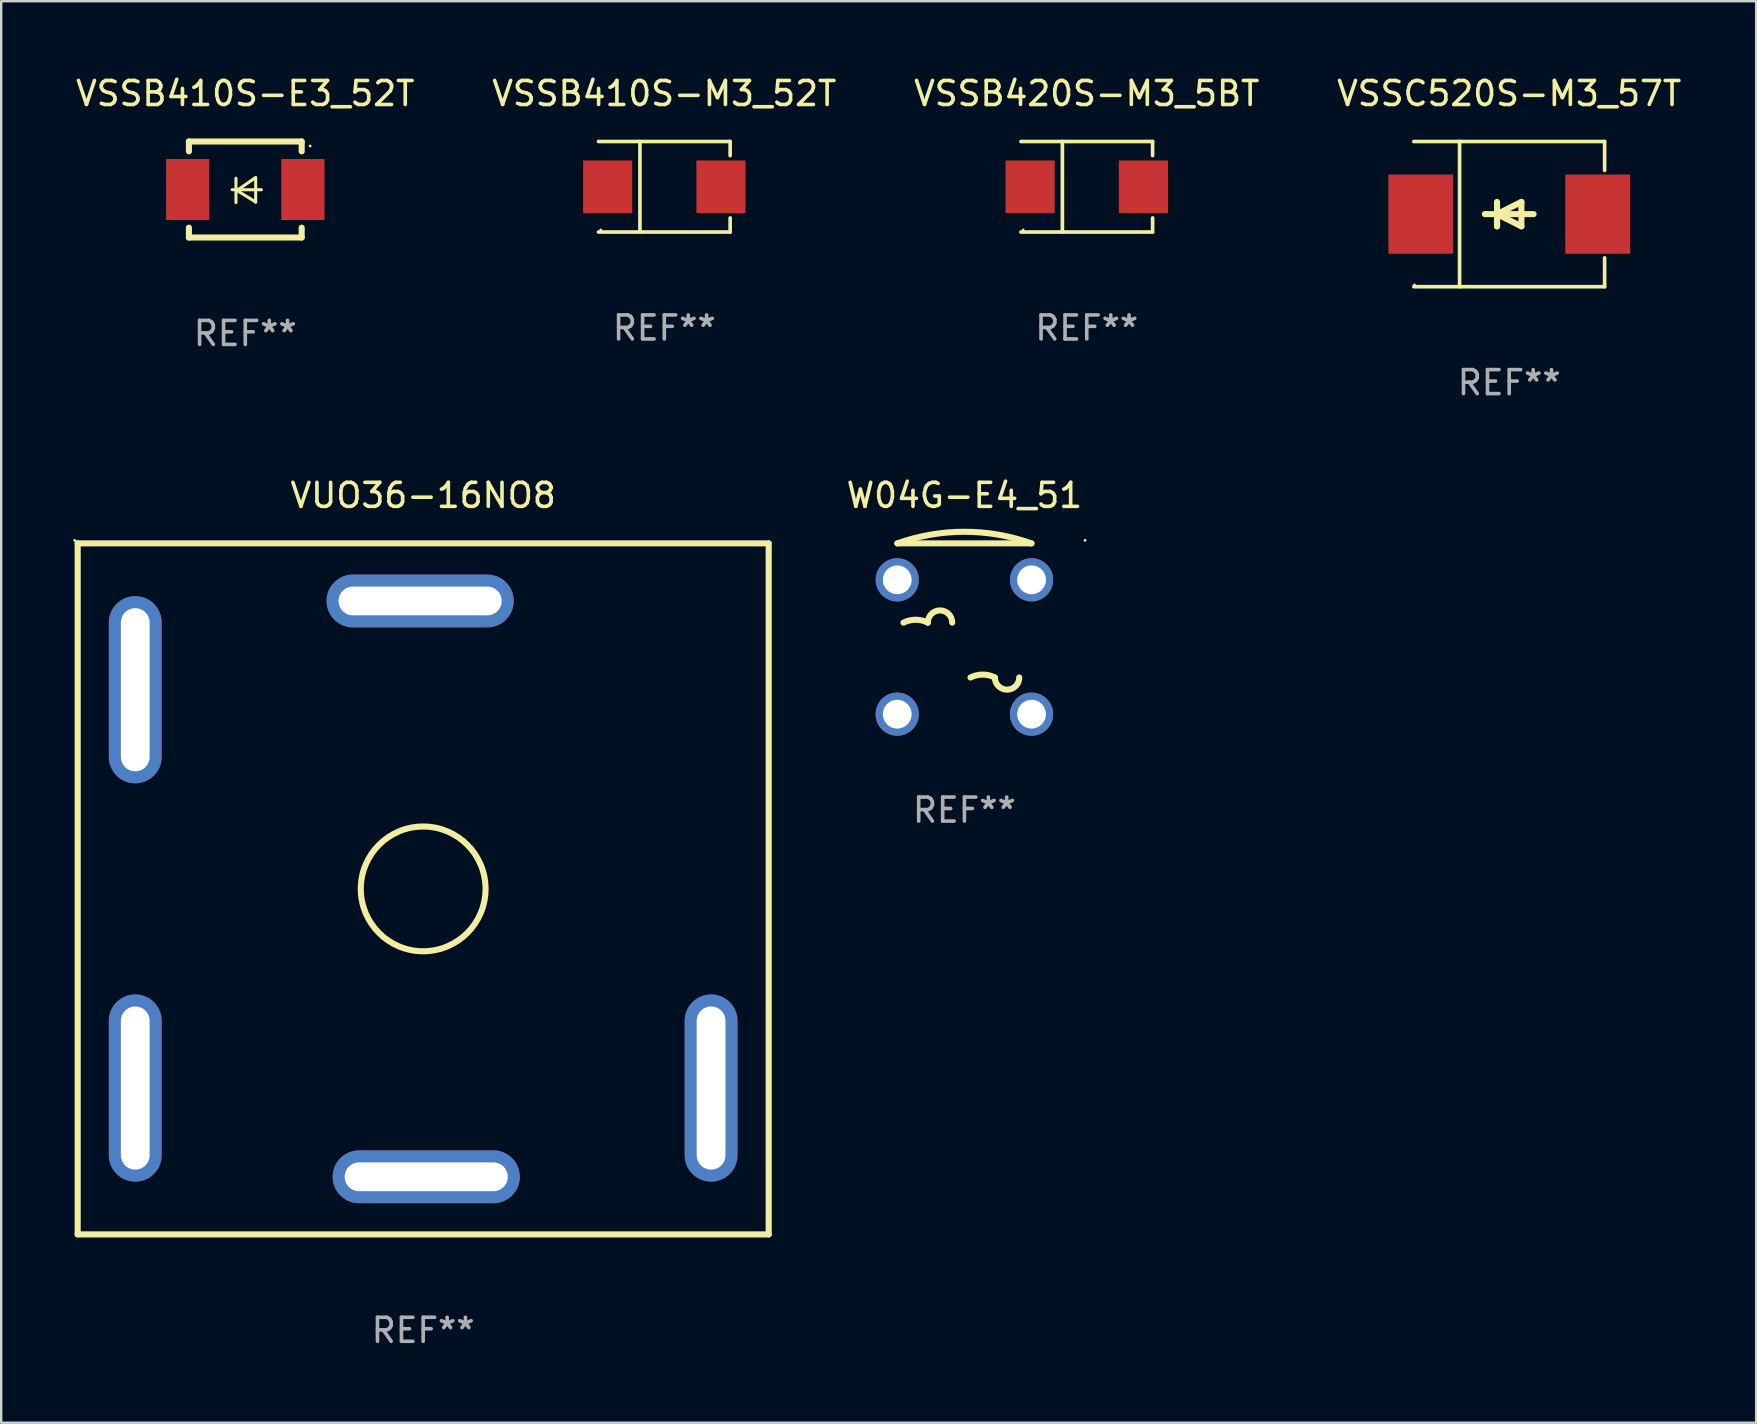
<source format=kicad_pcb>
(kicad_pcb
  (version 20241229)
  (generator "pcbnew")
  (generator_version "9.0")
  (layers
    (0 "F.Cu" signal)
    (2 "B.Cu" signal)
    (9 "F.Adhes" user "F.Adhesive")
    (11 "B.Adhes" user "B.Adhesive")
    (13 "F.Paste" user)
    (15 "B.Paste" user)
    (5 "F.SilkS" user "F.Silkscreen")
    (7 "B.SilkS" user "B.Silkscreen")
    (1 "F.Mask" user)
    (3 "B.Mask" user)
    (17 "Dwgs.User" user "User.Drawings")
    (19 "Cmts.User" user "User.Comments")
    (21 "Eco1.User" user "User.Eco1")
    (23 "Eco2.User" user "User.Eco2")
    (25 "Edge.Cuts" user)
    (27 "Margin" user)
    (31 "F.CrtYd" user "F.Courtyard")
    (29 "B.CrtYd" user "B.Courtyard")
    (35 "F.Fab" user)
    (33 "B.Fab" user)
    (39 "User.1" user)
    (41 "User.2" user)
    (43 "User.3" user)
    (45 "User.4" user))
  (footprint "VSSC520S-M3_57T"
    (layer "F.Cu")
    (at 59.851 5.874)
    (property "Reference" "VSSC520S-M3_57T" (at 0 -5.026 0) (layer "F.SilkS") (effects (font (size 1 1) (thickness 0.15))))
    (attr through_hole)
    (fp_line (start -3.976 -3.026) (end 3.976 -3.026) (stroke (width 0.152) (type solid)) (layer "F.SilkS"))
    (fp_line (start -3.976 3.026) (end 3.976 3.026) (stroke (width 0.152) (type solid)) (layer "F.SilkS"))
    (fp_line (start -2.069 -3.026) (end -2.069 3.026) (stroke (width 0.152) (type solid)) (layer "F.SilkS"))
    (fp_line (start -0.508 0) (end -0.508 0.508) (stroke (width 0.254) (type solid)) (layer "F.SilkS"))
    (fp_line (start -0.508 0) (end 0.508 0.508) (stroke (width 0.254) (type solid)) (layer "F.SilkS"))
    (fp_line (start -0.508 0.508) (end -0.508 -0.508) (stroke (width 0.254) (type solid)) (layer "F.SilkS"))
    (fp_line (start 0.508 -0.508) (end -0.508 0) (stroke (width 0.254) (type solid)) (layer "F.SilkS"))
    (fp_line (start 0.508 0.508) (end 0.508 -0.508) (stroke (width 0.254) (type solid)) (layer "F.SilkS"))
    (fp_line (start 1.016 0) (end -1.016 0) (stroke (width 0.254) (type solid)) (layer "F.SilkS"))
    (fp_line (start 3.976 -3.026) (end 3.976 -1.823) (stroke (width 0.152) (type solid)) (layer "F.SilkS"))
    (fp_line (start 3.976 3.026) (end 3.976 1.823) (stroke (width 0.152) (type solid)) (layer "F.SilkS"))
    (fp_circle (center -3.95 2.95) (end -3.92 2.95) (stroke (width 0.06) (type solid)) (fill no) (layer "F.SilkS"))
    (fp_text user "REF**" (at 0 7.026 0) (layer "F.Fab") (effects (font (size 1 1) (thickness 0.15))))
    (pad "1" smd rect (at -3.686 0) (size 2.7 3.3) (layers "F.Cu" "F.Mask" "F.Paste"))
    (pad "2" smd rect (at 3.686 0) (size 2.7 3.3) (layers "F.Cu" "F.Mask" "F.Paste")))
  (footprint "W04G-E4_51"
    (layer "F.Cu")
    (at 37.144 23.156)
    (property "Reference" "W04G-E4_51" (at 0 -5.559 0) (layer "F.SilkS") (effects (font (size 1 1) (thickness 0.15))))
    (attr through_hole)
    (fp_line (start -2.794 -3.559) (end 2.794 -3.559) (stroke (width 0.254) (type solid)) (layer "F.SilkS"))
    (fp_arc (start -2.794006 -3.558547) (mid 0 -4.042552) (end 2.794006 -3.558547) (stroke (width 0.254001) (type solid)) (layer "F.SilkS"))
    (fp_arc (start -2.540005 -0.256541) (mid -2.032004 -0.376464) (end -1.524002 -0.256541) (stroke (width 0.254001) (type solid)) (layer "F.SilkS"))
    (fp_arc (start -1.524003 -0.256541) (mid -1.016002 -0.764542) (end -0.508001 -0.256541) (stroke (width 0.254001) (type solid)) (layer "F.SilkS"))
    (fp_arc (start 0.254001 2.029464) (mid 0.762002 1.909541) (end 1.270003 2.029464) (stroke (width 0.254001) (type solid)) (layer "F.SilkS"))
    (fp_arc (start 2.286005 2.029464) (mid 1.778004 2.537465) (end 1.270003 2.029464) (stroke (width 0.254001) (type solid)) (layer "F.SilkS"))
    (fp_circle (center 5.029 -3.686) (end 5.059 -3.686) (stroke (width 0.06) (type solid)) (fill no) (layer "F.SilkS"))
    (fp_text user "-" (at -2.032 2.537 0) (layer "B.Mask") (effects (font (size 1 1) (thickness 0.15))))
    (fp_text user "+" (at 0.762 -0.442 0) (layer "B.Mask") (effects (font (size 1 1) (thickness 0.15))))
    (fp_text user "REF**" (at 0 7.559 0) (layer "F.Fab") (effects (font (size 1 1) (thickness 0.15))))
    (pad "1" thru_hole circle (at 2.799 -2.04) (size 1.8 1.8) (drill 1.2) (layers "*.Cu" "*.Mask"))
    (pad "2" thru_hole circle (at 2.799 3.559) (size 1.8 1.8) (drill 1.2) (layers "*.Cu" "*.Mask"))
    (pad "3" thru_hole circle (at -2.799 3.559) (size 1.8 1.8) (drill 1.2) (layers "*.Cu" "*.Mask"))
    (pad "4" thru_hole circle (at -2.799 -2.04) (size 1.8 1.8) (drill 1.2) (layers "*.Cu" "*.Mask")))
  (footprint "VSSB410S-E3_52T"
    (layer "F.Cu")
    (at 7.173 4.848)
    (property "Reference" "VSSB410S-E3_52T" (at 0 -4 0) (layer "F.SilkS") (effects (font (size 1 1) (thickness 0.15))))
    (attr through_hole)
    (fp_line (start -2.35 -2) (end -2.35 -1.591) (stroke (width 0.254) (type solid)) (layer "F.SilkS"))
    (fp_line (start -2.35 -2) (end 2.35 -2) (stroke (width 0.254) (type solid)) (layer "F.SilkS"))
    (fp_line (start -2.35 1.591) (end -2.35 2) (stroke (width 0.254) (type solid)) (layer "F.SilkS"))
    (fp_line (start -2.35 2) (end 2.35 2) (stroke (width 0.254) (type solid)) (layer "F.SilkS"))
    (fp_line (start -0.548 0.01) (end 0.671 0.01) (stroke (width 0.127) (type solid)) (layer "F.SilkS"))
    (fp_line (start -0.389 -0.47) (end -0.389 0.546) (stroke (width 0.127) (type solid)) (layer "F.SilkS"))
    (fp_line (start -0.35 0.04) (end 0.433 0.52) (stroke (width 0.127) (type solid)) (layer "F.SilkS"))
    (fp_line (start 0.433 -0.5) (end -0.35 0.04) (stroke (width 0.127) (type solid)) (layer "F.SilkS"))
    (fp_line (start 0.433 0.53) (end 0.433 -0.486) (stroke (width 0.127) (type solid)) (layer "F.SilkS"))
    (fp_line (start 2.35 -2) (end 2.35 -1.591) (stroke (width 0.254) (type solid)) (layer "F.SilkS"))
    (fp_line (start 2.35 1.591) (end 2.35 2) (stroke (width 0.254) (type solid)) (layer "F.SilkS"))
    (fp_circle (center 2.704 -1.813) (end 2.734 -1.813) (stroke (width 0.06) (type solid)) (fill no) (layer "F.SilkS"))
    (fp_text user "REF**" (at 0 6 0) (layer "F.Fab") (effects (font (size 1 1) (thickness 0.15))))
    (pad "1" smd rect (at 2.4 0) (size 1.8 2.54) (layers "F.Cu" "F.Mask" "F.Paste"))
    (pad "2" smd rect (at -2.4 0) (size 1.8 2.54) (layers "F.Cu" "F.Mask" "F.Paste")))
  (footprint "VSSB410S-M3_52T"
    (layer "F.Cu")
    (at 24.637 4.734)
    (property "Reference" "VSSB410S-M3_52T" (at 0 -3.886 0) (layer "F.SilkS") (effects (font (size 1 1) (thickness 0.15))))
    (attr through_hole)
    (fp_line (start -2.744 -1.886) (end 2.744 -1.886) (stroke (width 0.152) (type solid)) (layer "F.SilkS"))
    (fp_line (start -2.744 1.886) (end 2.744 1.886) (stroke (width 0.152) (type solid)) (layer "F.SilkS"))
    (fp_line (start -1.016 -1.886) (end -1.016 1.886) (stroke (width 0.152) (type solid)) (layer "F.SilkS"))
    (fp_line (start 2.744 -1.886) (end 2.744 -1.299) (stroke (width 0.152) (type solid)) (layer "F.SilkS"))
    (fp_line (start 2.744 1.886) (end 2.744 1.299) (stroke (width 0.152) (type solid)) (layer "F.SilkS"))
    (fp_circle (center -2.65 1.8) (end -2.62 1.8) (stroke (width 0.06) (type solid)) (fill no) (layer "F.SilkS"))
    (fp_text user "REF**" (at 0 5.886 0) (layer "F.Fab") (effects (font (size 1 1) (thickness 0.15))))
    (pad "1" smd rect (at -2.361 0) (size 2.047 2.192) (layers "F.Cu" "F.Mask" "F.Paste"))
    (pad "2" smd rect (at 2.361 0) (size 2.047 2.192) (layers "F.Cu" "F.Mask" "F.Paste")))
  (footprint "VSSB420S-M3_5BT"
    (layer "F.Cu")
    (at 42.244 4.734)
    (property "Reference" "VSSB420S-M3_5BT" (at 0 -3.886 0) (layer "F.SilkS") (effects (font (size 1 1) (thickness 0.15))))
    (attr through_hole)
    (fp_line (start -2.744 -1.886) (end 2.744 -1.886) (stroke (width 0.152) (type solid)) (layer "F.SilkS"))
    (fp_line (start -2.744 1.886) (end 2.744 1.886) (stroke (width 0.152) (type solid)) (layer "F.SilkS"))
    (fp_line (start -1.016 -1.886) (end -1.016 1.886) (stroke (width 0.152) (type solid)) (layer "F.SilkS"))
    (fp_line (start 2.744 -1.886) (end 2.744 -1.299) (stroke (width 0.152) (type solid)) (layer "F.SilkS"))
    (fp_line (start 2.744 1.886) (end 2.744 1.299) (stroke (width 0.152) (type solid)) (layer "F.SilkS"))
    (fp_circle (center -2.65 1.8) (end -2.62 1.8) (stroke (width 0.06) (type solid)) (fill no) (layer "F.SilkS"))
    (fp_text user "REF**" (at 0 5.886 0) (layer "F.Fab") (effects (font (size 1 1) (thickness 0.15))))
    (pad "1" smd rect (at -2.361 0) (size 2.047 2.192) (layers "F.Cu" "F.Mask" "F.Paste"))
    (pad "2" smd rect (at 2.361 0) (size 2.047 2.192) (layers "F.Cu" "F.Mask" "F.Paste")))
  (footprint "VUO36-16NO8"
    (layer "F.Cu")
    (at 14.587 33.997)
    (property "Reference" "VUO36-16NO8" (at 0 -16.4 0) (layer "F.SilkS") (effects (font (size 1 1) (thickness 0.15))))
    (attr through_hole)
    (fp_line (start -14.4 -14.4) (end -14.4 14.4) (stroke (width 0.254) (type solid)) (layer "F.SilkS"))
    (fp_line (start -14.4 -14.4) (end 14.4 -14.4) (stroke (width 0.254) (type solid)) (layer "F.SilkS"))
    (fp_line (start -14.4 14.4) (end 14.4 14.4) (stroke (width 0.254) (type solid)) (layer "F.SilkS"))
    (fp_line (start 14.4 -14.4) (end 14.4 14.4) (stroke (width 0.254) (type solid)) (layer "F.SilkS"))
    (fp_circle (center -14.527 -14.527) (end -14.497 -14.527) (stroke (width 0.06) (type solid)) (fill no) (layer "F.SilkS"))
    (fp_circle (center 0 0) (end 2.6 0) (stroke (width 0.254) (type solid)) (fill no) (layer "F.SilkS"))
    (fp_text user "REF**" (at 0 18.4 0) (layer "F.Fab") (effects (font (size 1 1) (thickness 0.15))))
    (pad "A" thru_hole oval (at -0.127 -12 90) (size 2.2 7.8) (drill oval 1.2 6.8) (layers "*.Cu" "*.Mask"))
    (pad "B" thru_hole oval (at -12 -8.3 180) (size 2.2 7.8) (drill oval 1.2 6.8) (layers "*.Cu" "*.Mask"))
    (pad "C" thru_hole oval (at -12 8.3 180) (size 2.2 7.8) (drill oval 1.2 6.8) (layers "*.Cu" "*.Mask"))
    (pad "D" thru_hole oval (at 0.127 12 90) (size 2.2 7.8) (drill oval 1.2 6.8) (layers "*.Cu" "*.Mask"))
    (pad "E" thru_hole oval (at 12 8.3 180) (size 2.2 7.8) (drill oval 1.2 6.8) (layers "*.Cu" "*.Mask")))
  (gr_rect
    (start -3 -3)
    (end 70.143 56.246)
    (stroke (width 0.1) (type default))
    (fill no)
    (layer "Edge.Cuts")))
</source>
